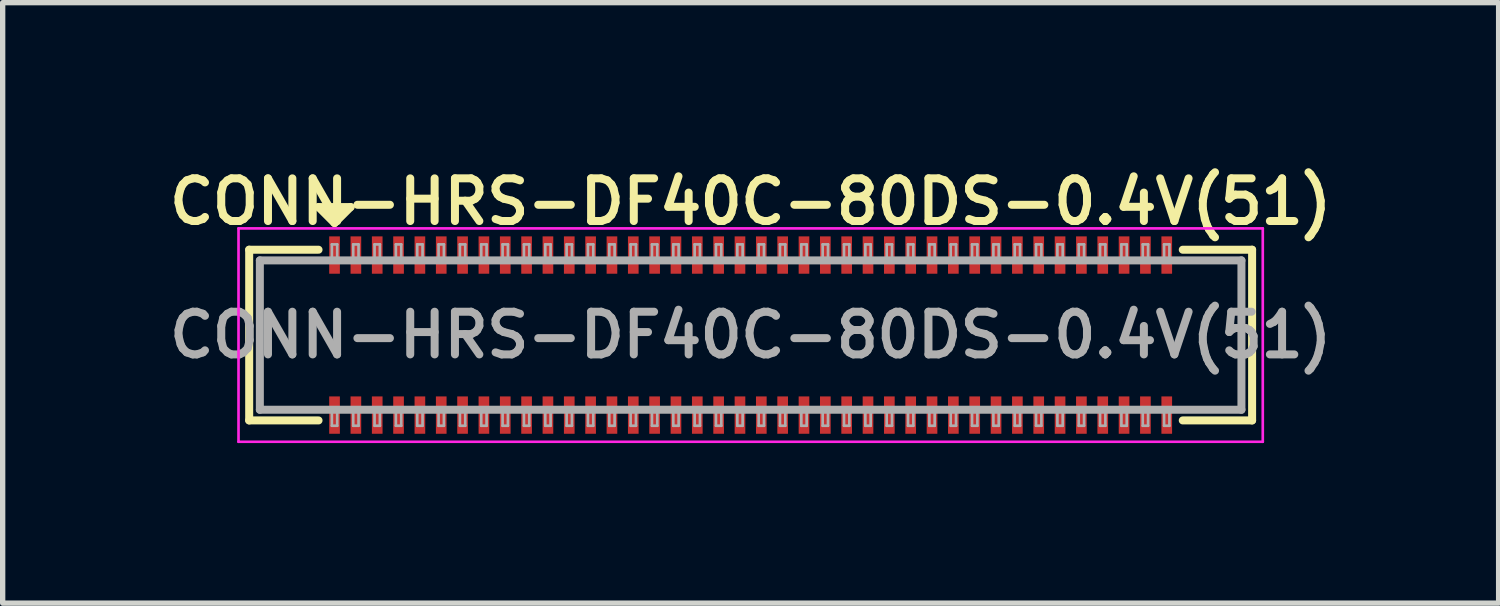
<source format=kicad_pcb>
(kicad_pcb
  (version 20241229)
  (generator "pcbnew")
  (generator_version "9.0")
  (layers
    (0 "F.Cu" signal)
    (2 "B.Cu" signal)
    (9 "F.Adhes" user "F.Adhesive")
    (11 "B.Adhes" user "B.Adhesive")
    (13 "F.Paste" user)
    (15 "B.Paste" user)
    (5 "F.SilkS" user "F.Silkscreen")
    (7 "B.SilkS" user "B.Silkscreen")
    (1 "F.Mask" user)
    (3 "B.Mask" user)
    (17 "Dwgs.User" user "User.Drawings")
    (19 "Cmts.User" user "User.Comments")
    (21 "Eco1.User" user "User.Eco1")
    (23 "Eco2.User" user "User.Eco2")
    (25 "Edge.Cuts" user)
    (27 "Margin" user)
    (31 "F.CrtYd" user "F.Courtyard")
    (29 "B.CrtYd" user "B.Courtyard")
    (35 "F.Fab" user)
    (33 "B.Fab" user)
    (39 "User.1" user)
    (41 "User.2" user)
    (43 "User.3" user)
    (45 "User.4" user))
  (footprint "CONN-HRS-DF40C-80DS-0.4V(51)"
    (layer "F.Cu")
    (at 11.021 3.231)
    (property "Reference" "CONN-HRS-DF40C-80DS-0.4V(51)" (at 0 -2.5 0) (layer "F.SilkS") (effects (font (size 0.8 0.8) (thickness 0.15))))
    (attr through_hole)
    (fp_line (start -9.4 -1.6) (end -9.4 1.6) (stroke (width 0.15) (type solid)) (layer "F.SilkS"))
    (fp_line (start -9.4 -1.6) (end -8.1 -1.6) (stroke (width 0.15) (type solid)) (layer "F.SilkS"))
    (fp_line (start -9.4 1.6) (end -8.1 1.6) (stroke (width 0.15) (type solid)) (layer "F.SilkS"))
    (fp_line (start -8.1 -2.4) (end -7.5 -2.4) (stroke (width 0.15) (type solid)) (layer "F.SilkS"))
    (fp_line (start -7.8 -2.1) (end -8.1 -2.4) (stroke (width 0.15) (type solid)) (layer "F.SilkS"))
    (fp_line (start -7.5 -2.4) (end -7.8 -2.1) (stroke (width 0.15) (type solid)) (layer "F.SilkS"))
    (fp_line (start 8.1 -1.6) (end 9.4 -1.6) (stroke (width 0.15) (type solid)) (layer "F.SilkS"))
    (fp_line (start 8.1 1.6) (end 9.4 1.6) (stroke (width 0.15) (type solid)) (layer "F.SilkS"))
    (fp_line (start 9.4 1.6) (end 9.4 -1.6) (stroke (width 0.15) (type solid)) (layer "F.SilkS"))
    (fp_line (start -9.6 -2) (end -9.6 2) (stroke (width 0.05) (type solid)) (layer "F.CrtYd"))
    (fp_line (start -9.6 2) (end 9.6 2) (stroke (width 0.05) (type solid)) (layer "F.CrtYd"))
    (fp_line (start 9.6 -2) (end -9.6 -2) (stroke (width 0.05) (type solid)) (layer "F.CrtYd"))
    (fp_line (start 9.6 2) (end 9.6 -2) (stroke (width 0.05) (type solid)) (layer "F.CrtYd"))
    (fp_line (start -9.2 -1.4) (end -9.2 1.4) (stroke (width 0.15) (type solid)) (layer "F.Fab"))
    (fp_line (start -9.2 1.4) (end 9.2 1.4) (stroke (width 0.15) (type solid)) (layer "F.Fab"))
    (fp_line (start -7.85 -1.7) (end -7.75 -1.7) (stroke (width 0.05) (type solid)) (layer "F.Fab"))
    (fp_line (start -7.85 -1.4) (end -7.85 -1.7) (stroke (width 0.05) (type solid)) (layer "F.Fab"))
    (fp_line (start -7.85 1.7) (end -7.85 1.4) (stroke (width 0.05) (type solid)) (layer "F.Fab"))
    (fp_line (start -7.75 -1.7) (end -7.75 -1.4) (stroke (width 0.05) (type solid)) (layer "F.Fab"))
    (fp_line (start -7.75 1.4) (end -7.75 1.7) (stroke (width 0.05) (type solid)) (layer "F.Fab"))
    (fp_line (start -7.75 1.7) (end -7.85 1.7) (stroke (width 0.05) (type solid)) (layer "F.Fab"))
    (fp_line (start -7.45 -1.7) (end -7.35 -1.7) (stroke (width 0.05) (type solid)) (layer "F.Fab"))
    (fp_line (start -7.45 -1.4) (end -7.45 -1.7) (stroke (width 0.05) (type solid)) (layer "F.Fab"))
    (fp_line (start -7.45 1.7) (end -7.45 1.4) (stroke (width 0.05) (type solid)) (layer "F.Fab"))
    (fp_line (start -7.35 -1.7) (end -7.35 -1.4) (stroke (width 0.05) (type solid)) (layer "F.Fab"))
    (fp_line (start -7.35 1.4) (end -7.35 1.7) (stroke (width 0.05) (type solid)) (layer "F.Fab"))
    (fp_line (start -7.35 1.7) (end -7.45 1.7) (stroke (width 0.05) (type solid)) (layer "F.Fab"))
    (fp_line (start -7.05 -1.7) (end -6.95 -1.7) (stroke (width 0.05) (type solid)) (layer "F.Fab"))
    (fp_line (start -7.05 -1.4) (end -7.05 -1.7) (stroke (width 0.05) (type solid)) (layer "F.Fab"))
    (fp_line (start -7.05 1.7) (end -7.05 1.4) (stroke (width 0.05) (type solid)) (layer "F.Fab"))
    (fp_line (start -6.95 -1.7) (end -6.95 -1.4) (stroke (width 0.05) (type solid)) (layer "F.Fab"))
    (fp_line (start -6.95 1.4) (end -6.95 1.7) (stroke (width 0.05) (type solid)) (layer "F.Fab"))
    (fp_line (start -6.95 1.7) (end -7.05 1.7) (stroke (width 0.05) (type solid)) (layer "F.Fab"))
    (fp_line (start -6.65 -1.7) (end -6.55 -1.7) (stroke (width 0.05) (type solid)) (layer "F.Fab"))
    (fp_line (start -6.65 -1.4) (end -6.65 -1.7) (stroke (width 0.05) (type solid)) (layer "F.Fab"))
    (fp_line (start -6.65 1.7) (end -6.65 1.4) (stroke (width 0.05) (type solid)) (layer "F.Fab"))
    (fp_line (start -6.55 -1.7) (end -6.55 -1.4) (stroke (width 0.05) (type solid)) (layer "F.Fab"))
    (fp_line (start -6.55 1.4) (end -6.55 1.7) (stroke (width 0.05) (type solid)) (layer "F.Fab"))
    (fp_line (start -6.55 1.7) (end -6.65 1.7) (stroke (width 0.05) (type solid)) (layer "F.Fab"))
    (fp_line (start -6.25 -1.7) (end -6.15 -1.7) (stroke (width 0.05) (type solid)) (layer "F.Fab"))
    (fp_line (start -6.25 -1.4) (end -6.25 -1.7) (stroke (width 0.05) (type solid)) (layer "F.Fab"))
    (fp_line (start -6.25 1.7) (end -6.25 1.4) (stroke (width 0.05) (type solid)) (layer "F.Fab"))
    (fp_line (start -6.15 -1.7) (end -6.15 -1.4) (stroke (width 0.05) (type solid)) (layer "F.Fab"))
    (fp_line (start -6.15 1.4) (end -6.15 1.7) (stroke (width 0.05) (type solid)) (layer "F.Fab"))
    (fp_line (start -6.15 1.7) (end -6.25 1.7) (stroke (width 0.05) (type solid)) (layer "F.Fab"))
    (fp_line (start -5.85 -1.7) (end -5.75 -1.7) (stroke (width 0.05) (type solid)) (layer "F.Fab"))
    (fp_line (start -5.85 -1.4) (end -5.85 -1.7) (stroke (width 0.05) (type solid)) (layer "F.Fab"))
    (fp_line (start -5.85 1.7) (end -5.85 1.4) (stroke (width 0.05) (type solid)) (layer "F.Fab"))
    (fp_line (start -5.75 -1.7) (end -5.75 -1.4) (stroke (width 0.05) (type solid)) (layer "F.Fab"))
    (fp_line (start -5.75 1.4) (end -5.75 1.7) (stroke (width 0.05) (type solid)) (layer "F.Fab"))
    (fp_line (start -5.75 1.7) (end -5.85 1.7) (stroke (width 0.05) (type solid)) (layer "F.Fab"))
    (fp_line (start -5.45 -1.7) (end -5.35 -1.7) (stroke (width 0.05) (type solid)) (layer "F.Fab"))
    (fp_line (start -5.45 -1.4) (end -5.45 -1.7) (stroke (width 0.05) (type solid)) (layer "F.Fab"))
    (fp_line (start -5.45 1.7) (end -5.45 1.4) (stroke (width 0.05) (type solid)) (layer "F.Fab"))
    (fp_line (start -5.35 -1.7) (end -5.35 -1.4) (stroke (width 0.05) (type solid)) (layer "F.Fab"))
    (fp_line (start -5.35 1.4) (end -5.35 1.7) (stroke (width 0.05) (type solid)) (layer "F.Fab"))
    (fp_line (start -5.35 1.7) (end -5.45 1.7) (stroke (width 0.05) (type solid)) (layer "F.Fab"))
    (fp_line (start -5.05 -1.7) (end -4.95 -1.7) (stroke (width 0.05) (type solid)) (layer "F.Fab"))
    (fp_line (start -5.05 -1.4) (end -5.05 -1.7) (stroke (width 0.05) (type solid)) (layer "F.Fab"))
    (fp_line (start -5.05 1.7) (end -5.05 1.4) (stroke (width 0.05) (type solid)) (layer "F.Fab"))
    (fp_line (start -4.95 -1.7) (end -4.95 -1.4) (stroke (width 0.05) (type solid)) (layer "F.Fab"))
    (fp_line (start -4.95 1.4) (end -4.95 1.7) (stroke (width 0.05) (type solid)) (layer "F.Fab"))
    (fp_line (start -4.95 1.7) (end -5.05 1.7) (stroke (width 0.05) (type solid)) (layer "F.Fab"))
    (fp_line (start -4.65 -1.7) (end -4.55 -1.7) (stroke (width 0.05) (type solid)) (layer "F.Fab"))
    (fp_line (start -4.65 -1.4) (end -4.65 -1.7) (stroke (width 0.05) (type solid)) (layer "F.Fab"))
    (fp_line (start -4.65 1.7) (end -4.65 1.4) (stroke (width 0.05) (type solid)) (layer "F.Fab"))
    (fp_line (start -4.55 -1.7) (end -4.55 -1.4) (stroke (width 0.05) (type solid)) (layer "F.Fab"))
    (fp_line (start -4.55 1.4) (end -4.55 1.7) (stroke (width 0.05) (type solid)) (layer "F.Fab"))
    (fp_line (start -4.55 1.7) (end -4.65 1.7) (stroke (width 0.05) (type solid)) (layer "F.Fab"))
    (fp_line (start -4.25 -1.7) (end -4.15 -1.7) (stroke (width 0.05) (type solid)) (layer "F.Fab"))
    (fp_line (start -4.25 -1.4) (end -4.25 -1.7) (stroke (width 0.05) (type solid)) (layer "F.Fab"))
    (fp_line (start -4.25 1.7) (end -4.25 1.4) (stroke (width 0.05) (type solid)) (layer "F.Fab"))
    (fp_line (start -4.15 -1.7) (end -4.15 -1.4) (stroke (width 0.05) (type solid)) (layer "F.Fab"))
    (fp_line (start -4.15 1.4) (end -4.15 1.7) (stroke (width 0.05) (type solid)) (layer "F.Fab"))
    (fp_line (start -4.15 1.7) (end -4.25 1.7) (stroke (width 0.05) (type solid)) (layer "F.Fab"))
    (fp_line (start -3.85 -1.7) (end -3.75 -1.7) (stroke (width 0.05) (type solid)) (layer "F.Fab"))
    (fp_line (start -3.85 -1.4) (end -3.85 -1.7) (stroke (width 0.05) (type solid)) (layer "F.Fab"))
    (fp_line (start -3.85 1.7) (end -3.85 1.4) (stroke (width 0.05) (type solid)) (layer "F.Fab"))
    (fp_line (start -3.75 -1.7) (end -3.75 -1.4) (stroke (width 0.05) (type solid)) (layer "F.Fab"))
    (fp_line (start -3.75 1.4) (end -3.75 1.7) (stroke (width 0.05) (type solid)) (layer "F.Fab"))
    (fp_line (start -3.75 1.7) (end -3.85 1.7) (stroke (width 0.05) (type solid)) (layer "F.Fab"))
    (fp_line (start -3.45 -1.7) (end -3.35 -1.7) (stroke (width 0.05) (type solid)) (layer "F.Fab"))
    (fp_line (start -3.45 -1.4) (end -3.45 -1.7) (stroke (width 0.05) (type solid)) (layer "F.Fab"))
    (fp_line (start -3.45 1.7) (end -3.45 1.4) (stroke (width 0.05) (type solid)) (layer "F.Fab"))
    (fp_line (start -3.35 -1.7) (end -3.35 -1.4) (stroke (width 0.05) (type solid)) (layer "F.Fab"))
    (fp_line (start -3.35 1.4) (end -3.35 1.7) (stroke (width 0.05) (type solid)) (layer "F.Fab"))
    (fp_line (start -3.35 1.7) (end -3.45 1.7) (stroke (width 0.05) (type solid)) (layer "F.Fab"))
    (fp_line (start -3.05 -1.7) (end -2.95 -1.7) (stroke (width 0.05) (type solid)) (layer "F.Fab"))
    (fp_line (start -3.05 -1.4) (end -3.05 -1.7) (stroke (width 0.05) (type solid)) (layer "F.Fab"))
    (fp_line (start -3.05 1.7) (end -3.05 1.4) (stroke (width 0.05) (type solid)) (layer "F.Fab"))
    (fp_line (start -2.95 -1.7) (end -2.95 -1.4) (stroke (width 0.05) (type solid)) (layer "F.Fab"))
    (fp_line (start -2.95 1.4) (end -2.95 1.7) (stroke (width 0.05) (type solid)) (layer "F.Fab"))
    (fp_line (start -2.95 1.7) (end -3.05 1.7) (stroke (width 0.05) (type solid)) (layer "F.Fab"))
    (fp_line (start -2.65 -1.7) (end -2.55 -1.7) (stroke (width 0.05) (type solid)) (layer "F.Fab"))
    (fp_line (start -2.65 -1.4) (end -2.65 -1.7) (stroke (width 0.05) (type solid)) (layer "F.Fab"))
    (fp_line (start -2.65 1.7) (end -2.65 1.4) (stroke (width 0.05) (type solid)) (layer "F.Fab"))
    (fp_line (start -2.55 -1.7) (end -2.55 -1.4) (stroke (width 0.05) (type solid)) (layer "F.Fab"))
    (fp_line (start -2.55 1.4) (end -2.55 1.7) (stroke (width 0.05) (type solid)) (layer "F.Fab"))
    (fp_line (start -2.55 1.7) (end -2.65 1.7) (stroke (width 0.05) (type solid)) (layer "F.Fab"))
    (fp_line (start -2.25 -1.7) (end -2.15 -1.7) (stroke (width 0.05) (type solid)) (layer "F.Fab"))
    (fp_line (start -2.25 -1.4) (end -2.25 -1.7) (stroke (width 0.05) (type solid)) (layer "F.Fab"))
    (fp_line (start -2.25 1.7) (end -2.25 1.4) (stroke (width 0.05) (type solid)) (layer "F.Fab"))
    (fp_line (start -2.15 -1.7) (end -2.15 -1.4) (stroke (width 0.05) (type solid)) (layer "F.Fab"))
    (fp_line (start -2.15 1.4) (end -2.15 1.7) (stroke (width 0.05) (type solid)) (layer "F.Fab"))
    (fp_line (start -2.15 1.7) (end -2.25 1.7) (stroke (width 0.05) (type solid)) (layer "F.Fab"))
    (fp_line (start -1.85 -1.7) (end -1.75 -1.7) (stroke (width 0.05) (type solid)) (layer "F.Fab"))
    (fp_line (start -1.85 -1.4) (end -1.85 -1.7) (stroke (width 0.05) (type solid)) (layer "F.Fab"))
    (fp_line (start -1.85 1.7) (end -1.85 1.4) (stroke (width 0.05) (type solid)) (layer "F.Fab"))
    (fp_line (start -1.75 -1.7) (end -1.75 -1.4) (stroke (width 0.05) (type solid)) (layer "F.Fab"))
    (fp_line (start -1.75 1.4) (end -1.75 1.7) (stroke (width 0.05) (type solid)) (layer "F.Fab"))
    (fp_line (start -1.75 1.7) (end -1.85 1.7) (stroke (width 0.05) (type solid)) (layer "F.Fab"))
    (fp_line (start -1.45 -1.7) (end -1.35 -1.7) (stroke (width 0.05) (type solid)) (layer "F.Fab"))
    (fp_line (start -1.45 -1.4) (end -1.45 -1.7) (stroke (width 0.05) (type solid)) (layer "F.Fab"))
    (fp_line (start -1.45 1.7) (end -1.45 1.4) (stroke (width 0.05) (type solid)) (layer "F.Fab"))
    (fp_line (start -1.35 -1.7) (end -1.35 -1.4) (stroke (width 0.05) (type solid)) (layer "F.Fab"))
    (fp_line (start -1.35 1.4) (end -1.35 1.7) (stroke (width 0.05) (type solid)) (layer "F.Fab"))
    (fp_line (start -1.35 1.7) (end -1.45 1.7) (stroke (width 0.05) (type solid)) (layer "F.Fab"))
    (fp_line (start -1.05 -1.7) (end -0.95 -1.7) (stroke (width 0.05) (type solid)) (layer "F.Fab"))
    (fp_line (start -1.05 -1.4) (end -1.05 -1.7) (stroke (width 0.05) (type solid)) (layer "F.Fab"))
    (fp_line (start -1.05 1.7) (end -1.05 1.4) (stroke (width 0.05) (type solid)) (layer "F.Fab"))
    (fp_line (start -0.95 -1.7) (end -0.95 -1.4) (stroke (width 0.05) (type solid)) (layer "F.Fab"))
    (fp_line (start -0.95 1.4) (end -0.95 1.7) (stroke (width 0.05) (type solid)) (layer "F.Fab"))
    (fp_line (start -0.95 1.7) (end -1.05 1.7) (stroke (width 0.05) (type solid)) (layer "F.Fab"))
    (fp_line (start -0.65 -1.7) (end -0.55 -1.7) (stroke (width 0.05) (type solid)) (layer "F.Fab"))
    (fp_line (start -0.65 -1.4) (end -0.65 -1.7) (stroke (width 0.05) (type solid)) (layer "F.Fab"))
    (fp_line (start -0.65 1.7) (end -0.65 1.4) (stroke (width 0.05) (type solid)) (layer "F.Fab"))
    (fp_line (start -0.55 -1.7) (end -0.55 -1.4) (stroke (width 0.05) (type solid)) (layer "F.Fab"))
    (fp_line (start -0.55 1.4) (end -0.55 1.7) (stroke (width 0.05) (type solid)) (layer "F.Fab"))
    (fp_line (start -0.55 1.7) (end -0.65 1.7) (stroke (width 0.05) (type solid)) (layer "F.Fab"))
    (fp_line (start -0.25 -1.7) (end -0.15 -1.7) (stroke (width 0.05) (type solid)) (layer "F.Fab"))
    (fp_line (start -0.25 -1.4) (end -0.25 -1.7) (stroke (width 0.05) (type solid)) (layer "F.Fab"))
    (fp_line (start -0.25 1.7) (end -0.25 1.4) (stroke (width 0.05) (type solid)) (layer "F.Fab"))
    (fp_line (start -0.15 -1.7) (end -0.15 -1.4) (stroke (width 0.05) (type solid)) (layer "F.Fab"))
    (fp_line (start -0.15 1.4) (end -0.15 1.7) (stroke (width 0.05) (type solid)) (layer "F.Fab"))
    (fp_line (start -0.15 1.7) (end -0.25 1.7) (stroke (width 0.05) (type solid)) (layer "F.Fab"))
    (fp_line (start 0.15 -1.7) (end 0.25 -1.7) (stroke (width 0.05) (type solid)) (layer "F.Fab"))
    (fp_line (start 0.15 -1.4) (end 0.15 -1.7) (stroke (width 0.05) (type solid)) (layer "F.Fab"))
    (fp_line (start 0.15 1.7) (end 0.15 1.4) (stroke (width 0.05) (type solid)) (layer "F.Fab"))
    (fp_line (start 0.25 -1.7) (end 0.25 -1.4) (stroke (width 0.05) (type solid)) (layer "F.Fab"))
    (fp_line (start 0.25 1.4) (end 0.25 1.7) (stroke (width 0.05) (type solid)) (layer "F.Fab"))
    (fp_line (start 0.25 1.7) (end 0.15 1.7) (stroke (width 0.05) (type solid)) (layer "F.Fab"))
    (fp_line (start 0.55 -1.7) (end 0.65 -1.7) (stroke (width 0.05) (type solid)) (layer "F.Fab"))
    (fp_line (start 0.55 -1.4) (end 0.55 -1.7) (stroke (width 0.05) (type solid)) (layer "F.Fab"))
    (fp_line (start 0.55 1.7) (end 0.55 1.4) (stroke (width 0.05) (type solid)) (layer "F.Fab"))
    (fp_line (start 0.65 -1.7) (end 0.65 -1.4) (stroke (width 0.05) (type solid)) (layer "F.Fab"))
    (fp_line (start 0.65 1.4) (end 0.65 1.7) (stroke (width 0.05) (type solid)) (layer "F.Fab"))
    (fp_line (start 0.65 1.7) (end 0.55 1.7) (stroke (width 0.05) (type solid)) (layer "F.Fab"))
    (fp_line (start 0.95 -1.7) (end 1.05 -1.7) (stroke (width 0.05) (type solid)) (layer "F.Fab"))
    (fp_line (start 0.95 -1.4) (end 0.95 -1.7) (stroke (width 0.05) (type solid)) (layer "F.Fab"))
    (fp_line (start 0.95 1.7) (end 0.95 1.4) (stroke (width 0.05) (type solid)) (layer "F.Fab"))
    (fp_line (start 1.05 -1.7) (end 1.05 -1.4) (stroke (width 0.05) (type solid)) (layer "F.Fab"))
    (fp_line (start 1.05 1.4) (end 1.05 1.7) (stroke (width 0.05) (type solid)) (layer "F.Fab"))
    (fp_line (start 1.05 1.7) (end 0.95 1.7) (stroke (width 0.05) (type solid)) (layer "F.Fab"))
    (fp_line (start 1.35 -1.7) (end 1.45 -1.7) (stroke (width 0.05) (type solid)) (layer "F.Fab"))
    (fp_line (start 1.35 -1.4) (end 1.35 -1.7) (stroke (width 0.05) (type solid)) (layer "F.Fab"))
    (fp_line (start 1.35 1.7) (end 1.35 1.4) (stroke (width 0.05) (type solid)) (layer "F.Fab"))
    (fp_line (start 1.45 -1.7) (end 1.45 -1.4) (stroke (width 0.05) (type solid)) (layer "F.Fab"))
    (fp_line (start 1.45 1.4) (end 1.45 1.7) (stroke (width 0.05) (type solid)) (layer "F.Fab"))
    (fp_line (start 1.45 1.7) (end 1.35 1.7) (stroke (width 0.05) (type solid)) (layer "F.Fab"))
    (fp_line (start 1.75 -1.7) (end 1.85 -1.7) (stroke (width 0.05) (type solid)) (layer "F.Fab"))
    (fp_line (start 1.75 -1.4) (end 1.75 -1.7) (stroke (width 0.05) (type solid)) (layer "F.Fab"))
    (fp_line (start 1.75 1.7) (end 1.75 1.4) (stroke (width 0.05) (type solid)) (layer "F.Fab"))
    (fp_line (start 1.85 -1.7) (end 1.85 -1.4) (stroke (width 0.05) (type solid)) (layer "F.Fab"))
    (fp_line (start 1.85 1.4) (end 1.85 1.7) (stroke (width 0.05) (type solid)) (layer "F.Fab"))
    (fp_line (start 1.85 1.7) (end 1.75 1.7) (stroke (width 0.05) (type solid)) (layer "F.Fab"))
    (fp_line (start 2.15 -1.7) (end 2.25 -1.7) (stroke (width 0.05) (type solid)) (layer "F.Fab"))
    (fp_line (start 2.15 -1.4) (end 2.15 -1.7) (stroke (width 0.05) (type solid)) (layer "F.Fab"))
    (fp_line (start 2.15 1.7) (end 2.15 1.4) (stroke (width 0.05) (type solid)) (layer "F.Fab"))
    (fp_line (start 2.25 -1.7) (end 2.25 -1.4) (stroke (width 0.05) (type solid)) (layer "F.Fab"))
    (fp_line (start 2.25 1.4) (end 2.25 1.7) (stroke (width 0.05) (type solid)) (layer "F.Fab"))
    (fp_line (start 2.25 1.7) (end 2.15 1.7) (stroke (width 0.05) (type solid)) (layer "F.Fab"))
    (fp_line (start 2.55 -1.7) (end 2.65 -1.7) (stroke (width 0.05) (type solid)) (layer "F.Fab"))
    (fp_line (start 2.55 -1.4) (end 2.55 -1.7) (stroke (width 0.05) (type solid)) (layer "F.Fab"))
    (fp_line (start 2.55 1.7) (end 2.55 1.4) (stroke (width 0.05) (type solid)) (layer "F.Fab"))
    (fp_line (start 2.65 -1.7) (end 2.65 -1.4) (stroke (width 0.05) (type solid)) (layer "F.Fab"))
    (fp_line (start 2.65 1.4) (end 2.65 1.7) (stroke (width 0.05) (type solid)) (layer "F.Fab"))
    (fp_line (start 2.65 1.7) (end 2.55 1.7) (stroke (width 0.05) (type solid)) (layer "F.Fab"))
    (fp_line (start 2.95 -1.7) (end 3.05 -1.7) (stroke (width 0.05) (type solid)) (layer "F.Fab"))
    (fp_line (start 2.95 -1.4) (end 2.95 -1.7) (stroke (width 0.05) (type solid)) (layer "F.Fab"))
    (fp_line (start 2.95 1.7) (end 2.95 1.4) (stroke (width 0.05) (type solid)) (layer "F.Fab"))
    (fp_line (start 3.05 -1.7) (end 3.05 -1.4) (stroke (width 0.05) (type solid)) (layer "F.Fab"))
    (fp_line (start 3.05 1.4) (end 3.05 1.7) (stroke (width 0.05) (type solid)) (layer "F.Fab"))
    (fp_line (start 3.05 1.7) (end 2.95 1.7) (stroke (width 0.05) (type solid)) (layer "F.Fab"))
    (fp_line (start 3.35 -1.7) (end 3.45 -1.7) (stroke (width 0.05) (type solid)) (layer "F.Fab"))
    (fp_line (start 3.35 -1.4) (end 3.35 -1.7) (stroke (width 0.05) (type solid)) (layer "F.Fab"))
    (fp_line (start 3.35 1.7) (end 3.35 1.4) (stroke (width 0.05) (type solid)) (layer "F.Fab"))
    (fp_line (start 3.45 -1.7) (end 3.45 -1.4) (stroke (width 0.05) (type solid)) (layer "F.Fab"))
    (fp_line (start 3.45 1.4) (end 3.45 1.7) (stroke (width 0.05) (type solid)) (layer "F.Fab"))
    (fp_line (start 3.45 1.7) (end 3.35 1.7) (stroke (width 0.05) (type solid)) (layer "F.Fab"))
    (fp_line (start 3.75 -1.7) (end 3.85 -1.7) (stroke (width 0.05) (type solid)) (layer "F.Fab"))
    (fp_line (start 3.75 -1.4) (end 3.75 -1.7) (stroke (width 0.05) (type solid)) (layer "F.Fab"))
    (fp_line (start 3.75 1.7) (end 3.75 1.4) (stroke (width 0.05) (type solid)) (layer "F.Fab"))
    (fp_line (start 3.85 -1.7) (end 3.85 -1.4) (stroke (width 0.05) (type solid)) (layer "F.Fab"))
    (fp_line (start 3.85 1.4) (end 3.85 1.7) (stroke (width 0.05) (type solid)) (layer "F.Fab"))
    (fp_line (start 3.85 1.7) (end 3.75 1.7) (stroke (width 0.05) (type solid)) (layer "F.Fab"))
    (fp_line (start 4.15 -1.7) (end 4.25 -1.7) (stroke (width 0.05) (type solid)) (layer "F.Fab"))
    (fp_line (start 4.15 -1.4) (end 4.15 -1.7) (stroke (width 0.05) (type solid)) (layer "F.Fab"))
    (fp_line (start 4.15 1.7) (end 4.15 1.4) (stroke (width 0.05) (type solid)) (layer "F.Fab"))
    (fp_line (start 4.25 -1.7) (end 4.25 -1.4) (stroke (width 0.05) (type solid)) (layer "F.Fab"))
    (fp_line (start 4.25 1.4) (end 4.25 1.7) (stroke (width 0.05) (type solid)) (layer "F.Fab"))
    (fp_line (start 4.25 1.7) (end 4.15 1.7) (stroke (width 0.05) (type solid)) (layer "F.Fab"))
    (fp_line (start 4.55 -1.7) (end 4.65 -1.7) (stroke (width 0.05) (type solid)) (layer "F.Fab"))
    (fp_line (start 4.55 -1.4) (end 4.55 -1.7) (stroke (width 0.05) (type solid)) (layer "F.Fab"))
    (fp_line (start 4.55 1.7) (end 4.55 1.4) (stroke (width 0.05) (type solid)) (layer "F.Fab"))
    (fp_line (start 4.65 -1.7) (end 4.65 -1.4) (stroke (width 0.05) (type solid)) (layer "F.Fab"))
    (fp_line (start 4.65 1.4) (end 4.65 1.7) (stroke (width 0.05) (type solid)) (layer "F.Fab"))
    (fp_line (start 4.65 1.7) (end 4.55 1.7) (stroke (width 0.05) (type solid)) (layer "F.Fab"))
    (fp_line (start 4.95 -1.7) (end 5.05 -1.7) (stroke (width 0.05) (type solid)) (layer "F.Fab"))
    (fp_line (start 4.95 -1.4) (end 4.95 -1.7) (stroke (width 0.05) (type solid)) (layer "F.Fab"))
    (fp_line (start 4.95 1.7) (end 4.95 1.4) (stroke (width 0.05) (type solid)) (layer "F.Fab"))
    (fp_line (start 5.05 -1.7) (end 5.05 -1.4) (stroke (width 0.05) (type solid)) (layer "F.Fab"))
    (fp_line (start 5.05 1.4) (end 5.05 1.7) (stroke (width 0.05) (type solid)) (layer "F.Fab"))
    (fp_line (start 5.05 1.7) (end 4.95 1.7) (stroke (width 0.05) (type solid)) (layer "F.Fab"))
    (fp_line (start 5.35 -1.7) (end 5.45 -1.7) (stroke (width 0.05) (type solid)) (layer "F.Fab"))
    (fp_line (start 5.35 -1.4) (end 5.35 -1.7) (stroke (width 0.05) (type solid)) (layer "F.Fab"))
    (fp_line (start 5.35 1.7) (end 5.35 1.4) (stroke (width 0.05) (type solid)) (layer "F.Fab"))
    (fp_line (start 5.45 -1.7) (end 5.45 -1.4) (stroke (width 0.05) (type solid)) (layer "F.Fab"))
    (fp_line (start 5.45 1.4) (end 5.45 1.7) (stroke (width 0.05) (type solid)) (layer "F.Fab"))
    (fp_line (start 5.45 1.7) (end 5.35 1.7) (stroke (width 0.05) (type solid)) (layer "F.Fab"))
    (fp_line (start 5.75 -1.7) (end 5.85 -1.7) (stroke (width 0.05) (type solid)) (layer "F.Fab"))
    (fp_line (start 5.75 -1.4) (end 5.75 -1.7) (stroke (width 0.05) (type solid)) (layer "F.Fab"))
    (fp_line (start 5.75 1.7) (end 5.75 1.4) (stroke (width 0.05) (type solid)) (layer "F.Fab"))
    (fp_line (start 5.85 -1.7) (end 5.85 -1.4) (stroke (width 0.05) (type solid)) (layer "F.Fab"))
    (fp_line (start 5.85 1.4) (end 5.85 1.7) (stroke (width 0.05) (type solid)) (layer "F.Fab"))
    (fp_line (start 5.85 1.7) (end 5.75 1.7) (stroke (width 0.05) (type solid)) (layer "F.Fab"))
    (fp_line (start 6.15 -1.7) (end 6.25 -1.7) (stroke (width 0.05) (type solid)) (layer "F.Fab"))
    (fp_line (start 6.15 -1.4) (end 6.15 -1.7) (stroke (width 0.05) (type solid)) (layer "F.Fab"))
    (fp_line (start 6.15 1.7) (end 6.15 1.4) (stroke (width 0.05) (type solid)) (layer "F.Fab"))
    (fp_line (start 6.25 -1.7) (end 6.25 -1.4) (stroke (width 0.05) (type solid)) (layer "F.Fab"))
    (fp_line (start 6.25 1.4) (end 6.25 1.7) (stroke (width 0.05) (type solid)) (layer "F.Fab"))
    (fp_line (start 6.25 1.7) (end 6.15 1.7) (stroke (width 0.05) (type solid)) (layer "F.Fab"))
    (fp_line (start 6.55 -1.7) (end 6.65 -1.7) (stroke (width 0.05) (type solid)) (layer "F.Fab"))
    (fp_line (start 6.55 -1.4) (end 6.55 -1.7) (stroke (width 0.05) (type solid)) (layer "F.Fab"))
    (fp_line (start 6.55 1.7) (end 6.55 1.4) (stroke (width 0.05) (type solid)) (layer "F.Fab"))
    (fp_line (start 6.65 -1.7) (end 6.65 -1.4) (stroke (width 0.05) (type solid)) (layer "F.Fab"))
    (fp_line (start 6.65 1.4) (end 6.65 1.7) (stroke (width 0.05) (type solid)) (layer "F.Fab"))
    (fp_line (start 6.65 1.7) (end 6.55 1.7) (stroke (width 0.05) (type solid)) (layer "F.Fab"))
    (fp_line (start 6.95 -1.7) (end 7.05 -1.7) (stroke (width 0.05) (type solid)) (layer "F.Fab"))
    (fp_line (start 6.95 -1.4) (end 6.95 -1.7) (stroke (width 0.05) (type solid)) (layer "F.Fab"))
    (fp_line (start 6.95 1.7) (end 6.95 1.4) (stroke (width 0.05) (type solid)) (layer "F.Fab"))
    (fp_line (start 7.05 -1.7) (end 7.05 -1.4) (stroke (width 0.05) (type solid)) (layer "F.Fab"))
    (fp_line (start 7.05 1.4) (end 7.05 1.7) (stroke (width 0.05) (type solid)) (layer "F.Fab"))
    (fp_line (start 7.05 1.7) (end 6.95 1.7) (stroke (width 0.05) (type solid)) (layer "F.Fab"))
    (fp_line (start 7.35 -1.7) (end 7.45 -1.7) (stroke (width 0.05) (type solid)) (layer "F.Fab"))
    (fp_line (start 7.35 -1.4) (end 7.35 -1.7) (stroke (width 0.05) (type solid)) (layer "F.Fab"))
    (fp_line (start 7.35 1.7) (end 7.35 1.4) (stroke (width 0.05) (type solid)) (layer "F.Fab"))
    (fp_line (start 7.45 -1.7) (end 7.45 -1.4) (stroke (width 0.05) (type solid)) (layer "F.Fab"))
    (fp_line (start 7.45 1.4) (end 7.45 1.7) (stroke (width 0.05) (type solid)) (layer "F.Fab"))
    (fp_line (start 7.45 1.7) (end 7.35 1.7) (stroke (width 0.05) (type solid)) (layer "F.Fab"))
    (fp_line (start 7.75 -1.7) (end 7.85 -1.7) (stroke (width 0.05) (type solid)) (layer "F.Fab"))
    (fp_line (start 7.75 -1.4) (end 7.75 -1.7) (stroke (width 0.05) (type solid)) (layer "F.Fab"))
    (fp_line (start 7.75 1.7) (end 7.75 1.4) (stroke (width 0.05) (type solid)) (layer "F.Fab"))
    (fp_line (start 7.85 -1.7) (end 7.85 -1.4) (stroke (width 0.05) (type solid)) (layer "F.Fab"))
    (fp_line (start 7.85 1.4) (end 7.85 1.7) (stroke (width 0.05) (type solid)) (layer "F.Fab"))
    (fp_line (start 7.85 1.7) (end 7.75 1.7) (stroke (width 0.05) (type solid)) (layer "F.Fab"))
    (fp_line (start 9.2 -1.4) (end -9.2 -1.4) (stroke (width 0.15) (type solid)) (layer "F.Fab"))
    (fp_line (start 9.2 1.4) (end 9.2 -1.4) (stroke (width 0.15) (type solid)) (layer "F.Fab"))
    (fp_text user "${REFERENCE}" (at 0 0 0) (layer "F.Fab") (effects (font (size 0.8 0.8) (thickness 0.15))))
    (pad "1" smd rect (at -7.8 -1.5) (size 0.2 0.7) (layers "F.Cu" "F.Mask" "F.Paste"))
    (pad "2" smd rect (at -7.8 1.5) (size 0.2 0.7) (layers "F.Cu" "F.Mask" "F.Paste"))
    (pad "3" smd rect (at -7.4 -1.5) (size 0.2 0.7) (layers "F.Cu" "F.Mask" "F.Paste"))
    (pad "4" smd rect (at -7.4 1.5) (size 0.2 0.7) (layers "F.Cu" "F.Mask" "F.Paste"))
    (pad "5" smd rect (at -7 -1.5) (size 0.2 0.7) (layers "F.Cu" "F.Mask" "F.Paste"))
    (pad "6" smd rect (at -7 1.5) (size 0.2 0.7) (layers "F.Cu" "F.Mask" "F.Paste"))
    (pad "7" smd rect (at -6.6 -1.5) (size 0.2 0.7) (layers "F.Cu" "F.Mask" "F.Paste"))
    (pad "8" smd rect (at -6.6 1.5) (size 0.2 0.7) (layers "F.Cu" "F.Mask" "F.Paste"))
    (pad "9" smd rect (at -6.2 -1.5) (size 0.2 0.7) (layers "F.Cu" "F.Mask" "F.Paste"))
    (pad "10" smd rect (at -6.2 1.5) (size 0.2 0.7) (layers "F.Cu" "F.Mask" "F.Paste"))
    (pad "11" smd rect (at -5.8 -1.5) (size 0.2 0.7) (layers "F.Cu" "F.Mask" "F.Paste"))
    (pad "12" smd rect (at -5.8 1.5) (size 0.2 0.7) (layers "F.Cu" "F.Mask" "F.Paste"))
    (pad "13" smd rect (at -5.4 -1.5) (size 0.2 0.7) (layers "F.Cu" "F.Mask" "F.Paste"))
    (pad "14" smd rect (at -5.4 1.5) (size 0.2 0.7) (layers "F.Cu" "F.Mask" "F.Paste"))
    (pad "15" smd rect (at -5 -1.5) (size 0.2 0.7) (layers "F.Cu" "F.Mask" "F.Paste"))
    (pad "16" smd rect (at -5 1.5) (size 0.2 0.7) (layers "F.Cu" "F.Mask" "F.Paste"))
    (pad "17" smd rect (at -4.6 -1.5) (size 0.2 0.7) (layers "F.Cu" "F.Mask" "F.Paste"))
    (pad "18" smd rect (at -4.6 1.5) (size 0.2 0.7) (layers "F.Cu" "F.Mask" "F.Paste"))
    (pad "19" smd rect (at -4.2 -1.5) (size 0.2 0.7) (layers "F.Cu" "F.Mask" "F.Paste"))
    (pad "20" smd rect (at -4.2 1.5) (size 0.2 0.7) (layers "F.Cu" "F.Mask" "F.Paste"))
    (pad "21" smd rect (at -3.8 -1.5) (size 0.2 0.7) (layers "F.Cu" "F.Mask" "F.Paste"))
    (pad "22" smd rect (at -3.8 1.5) (size 0.2 0.7) (layers "F.Cu" "F.Mask" "F.Paste"))
    (pad "23" smd rect (at -3.4 -1.5) (size 0.2 0.7) (layers "F.Cu" "F.Mask" "F.Paste"))
    (pad "24" smd rect (at -3.4 1.5) (size 0.2 0.7) (layers "F.Cu" "F.Mask" "F.Paste"))
    (pad "25" smd rect (at -3 -1.5) (size 0.2 0.7) (layers "F.Cu" "F.Mask" "F.Paste"))
    (pad "26" smd rect (at -3 1.5) (size 0.2 0.7) (layers "F.Cu" "F.Mask" "F.Paste"))
    (pad "27" smd rect (at -2.6 -1.5) (size 0.2 0.7) (layers "F.Cu" "F.Mask" "F.Paste"))
    (pad "28" smd rect (at -2.6 1.5) (size 0.2 0.7) (layers "F.Cu" "F.Mask" "F.Paste"))
    (pad "29" smd rect (at -2.2 -1.5) (size 0.2 0.7) (layers "F.Cu" "F.Mask" "F.Paste"))
    (pad "30" smd rect (at -2.2 1.5) (size 0.2 0.7) (layers "F.Cu" "F.Mask" "F.Paste"))
    (pad "31" smd rect (at -1.8 -1.5) (size 0.2 0.7) (layers "F.Cu" "F.Mask" "F.Paste"))
    (pad "32" smd rect (at -1.8 1.5) (size 0.2 0.7) (layers "F.Cu" "F.Mask" "F.Paste"))
    (pad "33" smd rect (at -1.4 -1.5) (size 0.2 0.7) (layers "F.Cu" "F.Mask" "F.Paste"))
    (pad "34" smd rect (at -1.4 1.5) (size 0.2 0.7) (layers "F.Cu" "F.Mask" "F.Paste"))
    (pad "35" smd rect (at -1 -1.5) (size 0.2 0.7) (layers "F.Cu" "F.Mask" "F.Paste"))
    (pad "36" smd rect (at -1 1.5) (size 0.2 0.7) (layers "F.Cu" "F.Mask" "F.Paste"))
    (pad "37" smd rect (at -0.6 -1.5) (size 0.2 0.7) (layers "F.Cu" "F.Mask" "F.Paste"))
    (pad "38" smd rect (at -0.6 1.5) (size 0.2 0.7) (layers "F.Cu" "F.Mask" "F.Paste"))
    (pad "39" smd rect (at -0.2 -1.5) (size 0.2 0.7) (layers "F.Cu" "F.Mask" "F.Paste"))
    (pad "40" smd rect (at -0.2 1.5) (size 0.2 0.7) (layers "F.Cu" "F.Mask" "F.Paste"))
    (pad "41" smd rect (at 0.2 -1.5) (size 0.2 0.7) (layers "F.Cu" "F.Mask" "F.Paste"))
    (pad "42" smd rect (at 0.2 1.5) (size 0.2 0.7) (layers "F.Cu" "F.Mask" "F.Paste"))
    (pad "43" smd rect (at 0.6 -1.5) (size 0.2 0.7) (layers "F.Cu" "F.Mask" "F.Paste"))
    (pad "44" smd rect (at 0.6 1.5) (size 0.2 0.7) (layers "F.Cu" "F.Mask" "F.Paste"))
    (pad "45" smd rect (at 1 -1.5) (size 0.2 0.7) (layers "F.Cu" "F.Mask" "F.Paste"))
    (pad "46" smd rect (at 1 1.5) (size 0.2 0.7) (layers "F.Cu" "F.Mask" "F.Paste"))
    (pad "47" smd rect (at 1.4 -1.5) (size 0.2 0.7) (layers "F.Cu" "F.Mask" "F.Paste"))
    (pad "48" smd rect (at 1.4 1.5) (size 0.2 0.7) (layers "F.Cu" "F.Mask" "F.Paste"))
    (pad "49" smd rect (at 1.8 -1.5) (size 0.2 0.7) (layers "F.Cu" "F.Mask" "F.Paste"))
    (pad "50" smd rect (at 1.8 1.5) (size 0.2 0.7) (layers "F.Cu" "F.Mask" "F.Paste"))
    (pad "51" smd rect (at 2.2 -1.5) (size 0.2 0.7) (layers "F.Cu" "F.Mask" "F.Paste"))
    (pad "52" smd rect (at 2.2 1.5) (size 0.2 0.7) (layers "F.Cu" "F.Mask" "F.Paste"))
    (pad "53" smd rect (at 2.6 -1.5) (size 0.2 0.7) (layers "F.Cu" "F.Mask" "F.Paste"))
    (pad "54" smd rect (at 2.6 1.5) (size 0.2 0.7) (layers "F.Cu" "F.Mask" "F.Paste"))
    (pad "55" smd rect (at 3 -1.5) (size 0.2 0.7) (layers "F.Cu" "F.Mask" "F.Paste"))
    (pad "56" smd rect (at 3 1.5) (size 0.2 0.7) (layers "F.Cu" "F.Mask" "F.Paste"))
    (pad "57" smd rect (at 3.4 -1.5) (size 0.2 0.7) (layers "F.Cu" "F.Mask" "F.Paste"))
    (pad "58" smd rect (at 3.4 1.5) (size 0.2 0.7) (layers "F.Cu" "F.Mask" "F.Paste"))
    (pad "59" smd rect (at 3.8 -1.5) (size 0.2 0.7) (layers "F.Cu" "F.Mask" "F.Paste"))
    (pad "60" smd rect (at 3.8 1.5) (size 0.2 0.7) (layers "F.Cu" "F.Mask" "F.Paste"))
    (pad "61" smd rect (at 4.2 -1.5) (size 0.2 0.7) (layers "F.Cu" "F.Mask" "F.Paste"))
    (pad "62" smd rect (at 4.2 1.5) (size 0.2 0.7) (layers "F.Cu" "F.Mask" "F.Paste"))
    (pad "63" smd rect (at 4.6 -1.5) (size 0.2 0.7) (layers "F.Cu" "F.Mask" "F.Paste"))
    (pad "64" smd rect (at 4.6 1.5) (size 0.2 0.7) (layers "F.Cu" "F.Mask" "F.Paste"))
    (pad "65" smd rect (at 5 -1.5) (size 0.2 0.7) (layers "F.Cu" "F.Mask" "F.Paste"))
    (pad "66" smd rect (at 5 1.5) (size 0.2 0.7) (layers "F.Cu" "F.Mask" "F.Paste"))
    (pad "67" smd rect (at 5.4 -1.5) (size 0.2 0.7) (layers "F.Cu" "F.Mask" "F.Paste"))
    (pad "68" smd rect (at 5.4 1.5) (size 0.2 0.7) (layers "F.Cu" "F.Mask" "F.Paste"))
    (pad "69" smd rect (at 5.8 -1.5) (size 0.2 0.7) (layers "F.Cu" "F.Mask" "F.Paste"))
    (pad "70" smd rect (at 5.8 1.5) (size 0.2 0.7) (layers "F.Cu" "F.Mask" "F.Paste"))
    (pad "71" smd rect (at 6.2 -1.5) (size 0.2 0.7) (layers "F.Cu" "F.Mask" "F.Paste"))
    (pad "72" smd rect (at 6.2 1.5) (size 0.2 0.7) (layers "F.Cu" "F.Mask" "F.Paste"))
    (pad "73" smd rect (at 6.6 -1.5) (size 0.2 0.7) (layers "F.Cu" "F.Mask" "F.Paste"))
    (pad "74" smd rect (at 6.6 1.5) (size 0.2 0.7) (layers "F.Cu" "F.Mask" "F.Paste"))
    (pad "75" smd rect (at 7 -1.5) (size 0.2 0.7) (layers "F.Cu" "F.Mask" "F.Paste"))
    (pad "76" smd rect (at 7 1.5) (size 0.2 0.7) (layers "F.Cu" "F.Mask" "F.Paste"))
    (pad "77" smd rect (at 7.4 -1.5) (size 0.2 0.7) (layers "F.Cu" "F.Mask" "F.Paste"))
    (pad "78" smd rect (at 7.4 1.5) (size 0.2 0.7) (layers "F.Cu" "F.Mask" "F.Paste"))
    (pad "79" smd rect (at 7.8 -1.5) (size 0.2 0.7) (layers "F.Cu" "F.Mask" "F.Paste"))
    (pad "80" smd rect (at 7.8 1.5) (size 0.2 0.7) (layers "F.Cu" "F.Mask" "F.Paste")))
  (gr_rect
    (start -3 -3)
    (end 25.042 8.256)
    (stroke (width 0.1) (type default))
    (fill no)
    (layer "Edge.Cuts")))
</source>
